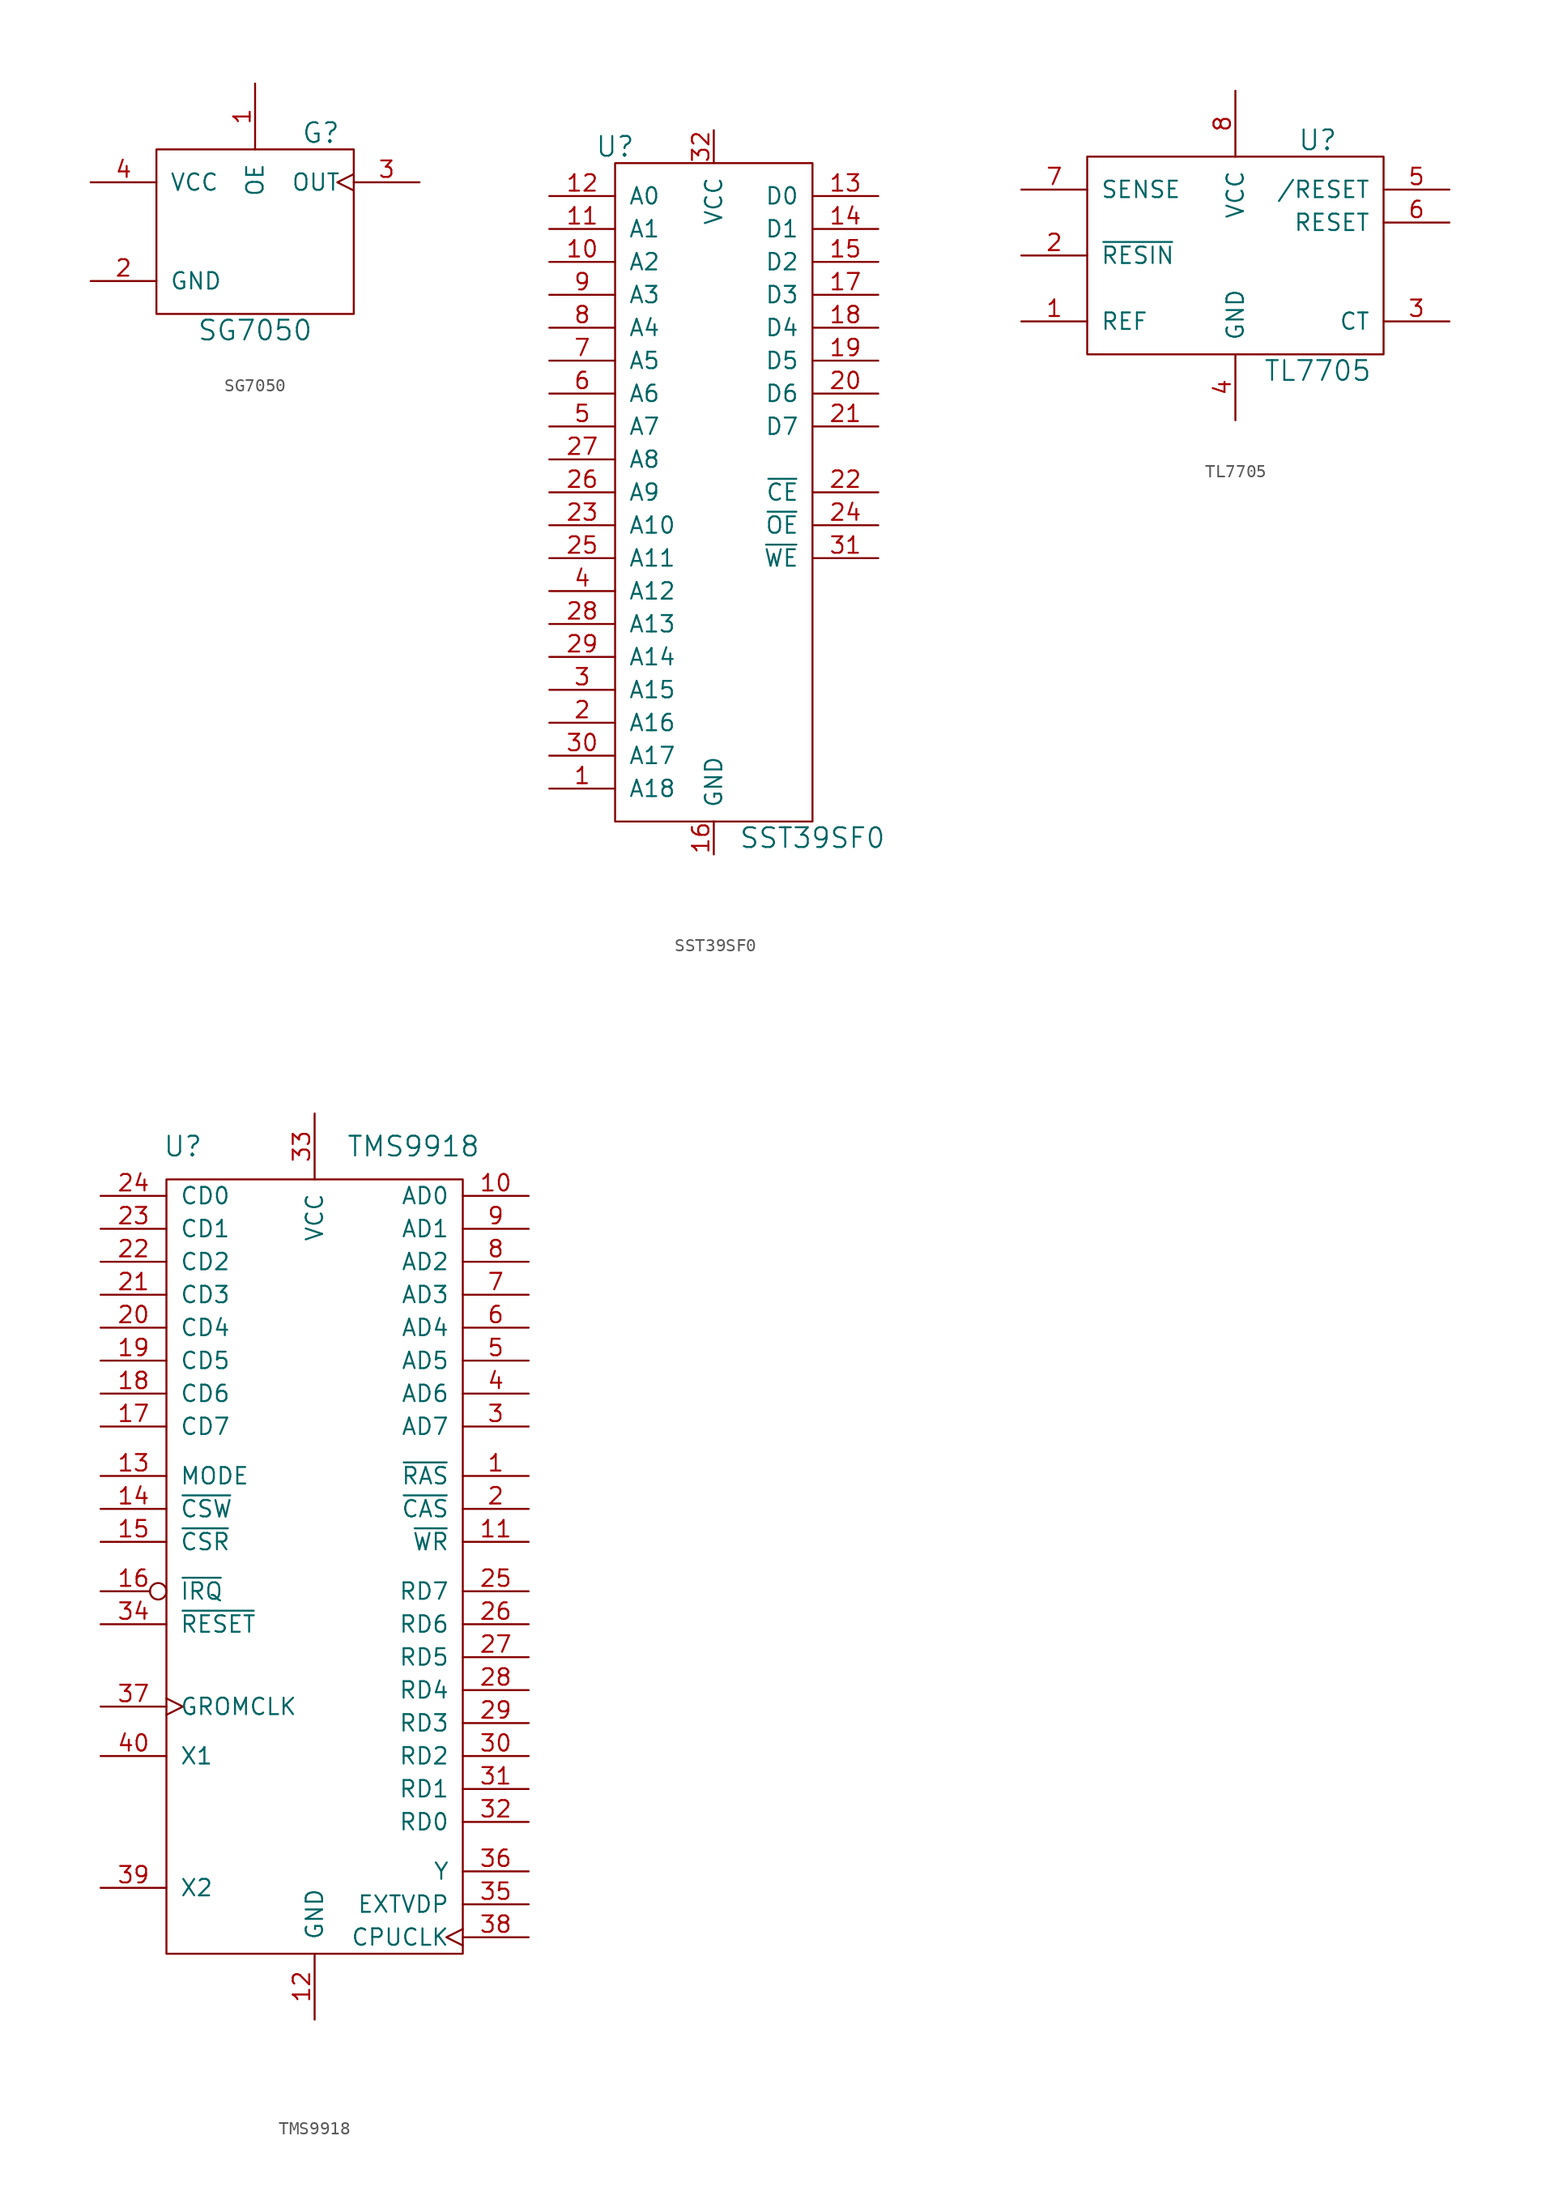
<source format=kicad_sym>
(kicad_symbol_lib
  (version 20211014)
  (generator kicad_symbol_editor)
  (symbol "SG7050"
    (pin_names
      (offset 1.016))
    (property "Reference" "G"
      (at 5.08 7.62 0)
      (effects (font (size 1.524 1.524))))
    (property "Value" "SG7050"
      (at 0 -7.62 0)
      (effects (font (size 1.524 1.524))))
    (symbol "SG7050_0_1"
      (rectangle (start -7.62 -6.35) (end 7.62 6.35) (stroke (width 0) (type default) (color 0 0 0 0)) (fill (type none))))
    (symbol "SG7050_1_1"
      (pin input line (at 0 11.43 270) (length 5.08) (name "OE" (effects (font (size 1.27 1.27)))) (number "1" (effects (font (size 1.27 1.27)))))
      (pin power_in line (at -12.7 -3.81 0) (length 5.08) (name "GND" (effects (font (size 1.27 1.27)))) (number "2" (effects (font (size 1.27 1.27)))))
      (pin output clock (at 12.7 3.81 180) (length 5.08) (name "OUT" (effects (font (size 1.27 1.27)))) (number "3" (effects (font (size 1.27 1.27)))))
      (pin power_in line (at -12.7 3.81 0) (length 5.08) (name "VCC" (effects (font (size 1.27 1.27)))) (number "4" (effects (font (size 1.27 1.27)))))))
  (symbol "SST39SF0"
    (pin_names
      (offset 1.016))
    (property "Reference" "U"
      (at -7.62 21.59 0)
      (effects (font (size 1.524 1.524))))
    (property "Value" "SST39SF0"
      (at 7.62 -31.75 0)
      (effects (font (size 1.524 1.524))))
    (symbol "SST39SF0_0_1"
      (rectangle (start -7.62 20.32) (end 7.62 -30.48) (stroke (width 0) (type default) (color 0 0 0 0)) (fill (type none))))
    (symbol "SST39SF0_1_1"
      (pin input line (at -12.7 -27.94 0) (length 5.08) (name "A18" (effects (font (size 1.27 1.27)))) (number "1" (effects (font (size 1.27 1.27)))))
      (pin input line (at -12.7 12.7 0) (length 5.08) (name "A2" (effects (font (size 1.27 1.27)))) (number "10" (effects (font (size 1.27 1.27)))))
      (pin input line (at -12.7 15.24 0) (length 5.08) (name "A1" (effects (font (size 1.27 1.27)))) (number "11" (effects (font (size 1.27 1.27)))))
      (pin input line (at -12.7 17.78 0) (length 5.08) (name "A0" (effects (font (size 1.27 1.27)))) (number "12" (effects (font (size 1.27 1.27)))))
      (pin output line (at 12.7 17.78 180) (length 5.08) (name "D0" (effects (font (size 1.27 1.27)))) (number "13" (effects (font (size 1.27 1.27)))))
      (pin output line (at 12.7 15.24 180) (length 5.08) (name "D1" (effects (font (size 1.27 1.27)))) (number "14" (effects (font (size 1.27 1.27)))))
      (pin output line (at 12.7 12.7 180) (length 5.08) (name "D2" (effects (font (size 1.27 1.27)))) (number "15" (effects (font (size 1.27 1.27)))))
      (pin power_in line (at 0 -33.02 90) (length 2.54) (name "GND" (effects (font (size 1.27 1.27)))) (number "16" (effects (font (size 1.27 1.27)))))
      (pin output line (at 12.7 10.16 180) (length 5.08) (name "D3" (effects (font (size 1.27 1.27)))) (number "17" (effects (font (size 1.27 1.27)))))
      (pin output line (at 12.7 7.62 180) (length 5.08) (name "D4" (effects (font (size 1.27 1.27)))) (number "18" (effects (font (size 1.27 1.27)))))
      (pin output line (at 12.7 5.08 180) (length 5.08) (name "D5" (effects (font (size 1.27 1.27)))) (number "19" (effects (font (size 1.27 1.27)))))
      (pin input line (at -12.7 -22.86 0) (length 5.08) (name "A16" (effects (font (size 1.27 1.27)))) (number "2" (effects (font (size 1.27 1.27)))))
      (pin output line (at 12.7 2.54 180) (length 5.08) (name "D6" (effects (font (size 1.27 1.27)))) (number "20" (effects (font (size 1.27 1.27)))))
      (pin output line (at 12.7 0 180) (length 5.08) (name "D7" (effects (font (size 1.27 1.27)))) (number "21" (effects (font (size 1.27 1.27)))))
      (pin input line (at 12.7 -5.08 180) (length 5.08) (name "~{CE}" (effects (font (size 1.27 1.27)))) (number "22" (effects (font (size 1.27 1.27)))))
      (pin input line (at -12.7 -7.62 0) (length 5.08) (name "A10" (effects (font (size 1.27 1.27)))) (number "23" (effects (font (size 1.27 1.27)))))
      (pin input line (at 12.7 -7.62 180) (length 5.08) (name "~{OE}" (effects (font (size 1.27 1.27)))) (number "24" (effects (font (size 1.27 1.27)))))
      (pin input line (at -12.7 -10.16 0) (length 5.08) (name "A11" (effects (font (size 1.27 1.27)))) (number "25" (effects (font (size 1.27 1.27)))))
      (pin input line (at -12.7 -5.08 0) (length 5.08) (name "A9" (effects (font (size 1.27 1.27)))) (number "26" (effects (font (size 1.27 1.27)))))
      (pin input line (at -12.7 -2.54 0) (length 5.08) (name "A8" (effects (font (size 1.27 1.27)))) (number "27" (effects (font (size 1.27 1.27)))))
      (pin input line (at -12.7 -15.24 0) (length 5.08) (name "A13" (effects (font (size 1.27 1.27)))) (number "28" (effects (font (size 1.27 1.27)))))
      (pin input line (at -12.7 -17.78 0) (length 5.08) (name "A14" (effects (font (size 1.27 1.27)))) (number "29" (effects (font (size 1.27 1.27)))))
      (pin input line (at -12.7 -20.32 0) (length 5.08) (name "A15" (effects (font (size 1.27 1.27)))) (number "3" (effects (font (size 1.27 1.27)))))
      (pin input line (at -12.7 -25.4 0) (length 5.08) (name "A17" (effects (font (size 1.27 1.27)))) (number "30" (effects (font (size 1.27 1.27)))))
      (pin input line (at 12.7 -10.16 180) (length 5.08) (name "~{WE}" (effects (font (size 1.27 1.27)))) (number "31" (effects (font (size 1.27 1.27)))))
      (pin power_in line (at 0 22.86 270) (length 2.54) (name "VCC" (effects (font (size 1.27 1.27)))) (number "32" (effects (font (size 1.27 1.27)))))
      (pin input line (at -12.7 -12.7 0) (length 5.08) (name "A12" (effects (font (size 1.27 1.27)))) (number "4" (effects (font (size 1.27 1.27)))))
      (pin input line (at -12.7 0 0) (length 5.08) (name "A7" (effects (font (size 1.27 1.27)))) (number "5" (effects (font (size 1.27 1.27)))))
      (pin input line (at -12.7 2.54 0) (length 5.08) (name "A6" (effects (font (size 1.27 1.27)))) (number "6" (effects (font (size 1.27 1.27)))))
      (pin input line (at -12.7 5.08 0) (length 5.08) (name "A5" (effects (font (size 1.27 1.27)))) (number "7" (effects (font (size 1.27 1.27)))))
      (pin input line (at -12.7 7.62 0) (length 5.08) (name "A4" (effects (font (size 1.27 1.27)))) (number "8" (effects (font (size 1.27 1.27)))))
      (pin input line (at -12.7 10.16 0) (length 5.08) (name "A3" (effects (font (size 1.27 1.27)))) (number "9" (effects (font (size 1.27 1.27)))))))
  (symbol "TL7705"
    (pin_names
      (offset 1.016))
    (property "Reference" "U"
      (at 6.35 8.89 0)
      (effects (font (size 1.524 1.524))))
    (property "Value" "TL7705"
      (at 6.35 -8.89 0)
      (effects (font (size 1.524 1.524))))
    (symbol "TL7705_0_1"
      (rectangle (start -11.43 7.62) (end 11.43 -7.62) (stroke (width 0) (type default) (color 0 0 0 0)) (fill (type none))))
    (symbol "TL7705_1_1"
      (pin input line (at -16.51 -5.08 0) (length 5.08) (name "REF" (effects (font (size 1.27 1.27)))) (number "1" (effects (font (size 1.27 1.27)))))
      (pin input line (at -16.51 0 0) (length 5.08) (name "~{RESIN}" (effects (font (size 1.27 1.27)))) (number "2" (effects (font (size 1.27 1.27)))))
      (pin output line (at 16.51 -5.08 180) (length 5.08) (name "CT" (effects (font (size 1.27 1.27)))) (number "3" (effects (font (size 1.27 1.27)))))
      (pin power_in line (at 0 -12.7 90) (length 5.08) (name "GND" (effects (font (size 1.27 1.27)))) (number "4" (effects (font (size 1.27 1.27)))))
      (pin output line (at 16.51 5.08 180) (length 5.08) (name "/RESET" (effects (font (size 1.27 1.27)))) (number "5" (effects (font (size 1.27 1.27)))))
      (pin output line (at 16.51 2.54 180) (length 5.08) (name "RESET" (effects (font (size 1.27 1.27)))) (number "6" (effects (font (size 1.27 1.27)))))
      (pin input line (at -16.51 5.08 0) (length 5.08) (name "SENSE" (effects (font (size 1.27 1.27)))) (number "7" (effects (font (size 1.27 1.27)))))
      (pin power_in line (at 0 12.7 270) (length 5.08) (name "VCC" (effects (font (size 1.27 1.27)))) (number "8" (effects (font (size 1.27 1.27)))))))
  (symbol "TMS9918"
    (pin_names
      (offset 1.016))
    (property "Reference" "U"
      (at -10.16 35.56 0)
      (effects (font (size 1.524 1.524))))
    (property "Value" "TMS9918"
      (at 7.62 35.56 0)
      (effects (font (size 1.524 1.524))))
    (symbol "TMS9918_0_1"
      (rectangle (start -11.43 33.02) (end 11.43 -26.67) (stroke (width 0) (type default) (color 0 0 0 0)) (fill (type none))))
    (symbol "TMS9918_1_1"
      (pin output line (at 16.51 10.16 180) (length 5.08) (name "~{RAS}" (effects (font (size 1.27 1.27)))) (number "1" (effects (font (size 1.27 1.27)))))
      (pin output line (at 16.51 31.75 180) (length 5.08) (name "AD0" (effects (font (size 1.27 1.27)))) (number "10" (effects (font (size 1.27 1.27)))))
      (pin output line (at 16.51 5.08 180) (length 5.08) (name "~{WR}" (effects (font (size 1.27 1.27)))) (number "11" (effects (font (size 1.27 1.27)))))
      (pin power_in line (at 0 -31.75 90) (length 5.08) (name "GND" (effects (font (size 1.27 1.27)))) (number "12" (effects (font (size 1.27 1.27)))))
      (pin input line (at -16.51 10.16 0) (length 5.08) (name "MODE" (effects (font (size 1.27 1.27)))) (number "13" (effects (font (size 1.27 1.27)))))
      (pin input line (at -16.51 7.62 0) (length 5.08) (name "~{CSW}" (effects (font (size 1.27 1.27)))) (number "14" (effects (font (size 1.27 1.27)))))
      (pin input line (at -16.51 5.08 0) (length 5.08) (name "~{CSR}" (effects (font (size 1.27 1.27)))) (number "15" (effects (font (size 1.27 1.27)))))
      (pin output inverted (at -16.51 1.27 0) (length 5.08) (name "~{IRQ}" (effects (font (size 1.27 1.27)))) (number "16" (effects (font (size 1.27 1.27)))))
      (pin input line (at -16.51 13.97 0) (length 5.08) (name "CD7" (effects (font (size 1.27 1.27)))) (number "17" (effects (font (size 1.27 1.27)))))
      (pin input line (at -16.51 16.51 0) (length 5.08) (name "CD6" (effects (font (size 1.27 1.27)))) (number "18" (effects (font (size 1.27 1.27)))))
      (pin input line (at -16.51 19.05 0) (length 5.08) (name "CD5" (effects (font (size 1.27 1.27)))) (number "19" (effects (font (size 1.27 1.27)))))
      (pin output line (at 16.51 7.62 180) (length 5.08) (name "~{CAS}" (effects (font (size 1.27 1.27)))) (number "2" (effects (font (size 1.27 1.27)))))
      (pin input line (at -16.51 21.59 0) (length 5.08) (name "CD4" (effects (font (size 1.27 1.27)))) (number "20" (effects (font (size 1.27 1.27)))))
      (pin input line (at -16.51 24.13 0) (length 5.08) (name "CD3" (effects (font (size 1.27 1.27)))) (number "21" (effects (font (size 1.27 1.27)))))
      (pin input line (at -16.51 26.67 0) (length 5.08) (name "CD2" (effects (font (size 1.27 1.27)))) (number "22" (effects (font (size 1.27 1.27)))))
      (pin input line (at -16.51 29.21 0) (length 5.08) (name "CD1" (effects (font (size 1.27 1.27)))) (number "23" (effects (font (size 1.27 1.27)))))
      (pin input line (at -16.51 31.75 0) (length 5.08) (name "CD0" (effects (font (size 1.27 1.27)))) (number "24" (effects (font (size 1.27 1.27)))))
      (pin input line (at 16.51 1.27 180) (length 5.08) (name "RD7" (effects (font (size 1.27 1.27)))) (number "25" (effects (font (size 1.27 1.27)))))
      (pin input line (at 16.51 -1.27 180) (length 5.08) (name "RD6" (effects (font (size 1.27 1.27)))) (number "26" (effects (font (size 1.27 1.27)))))
      (pin input line (at 16.51 -3.81 180) (length 5.08) (name "RD5" (effects (font (size 1.27 1.27)))) (number "27" (effects (font (size 1.27 1.27)))))
      (pin input line (at 16.51 -6.35 180) (length 5.08) (name "RD4" (effects (font (size 1.27 1.27)))) (number "28" (effects (font (size 1.27 1.27)))))
      (pin input line (at 16.51 -8.89 180) (length 5.08) (name "RD3" (effects (font (size 1.27 1.27)))) (number "29" (effects (font (size 1.27 1.27)))))
      (pin output line (at 16.51 13.97 180) (length 5.08) (name "AD7" (effects (font (size 1.27 1.27)))) (number "3" (effects (font (size 1.27 1.27)))))
      (pin input line (at 16.51 -11.43 180) (length 5.08) (name "RD2" (effects (font (size 1.27 1.27)))) (number "30" (effects (font (size 1.27 1.27)))))
      (pin input line (at 16.51 -13.97 180) (length 5.08) (name "RD1" (effects (font (size 1.27 1.27)))) (number "31" (effects (font (size 1.27 1.27)))))
      (pin input line (at 16.51 -16.51 180) (length 5.08) (name "RD0" (effects (font (size 1.27 1.27)))) (number "32" (effects (font (size 1.27 1.27)))))
      (pin power_in line (at 0 38.1 270) (length 5.08) (name "VCC" (effects (font (size 1.27 1.27)))) (number "33" (effects (font (size 1.27 1.27)))))
      (pin input line (at -16.51 -1.27 0) (length 5.08) (name "~{RESET}" (effects (font (size 1.27 1.27)))) (number "34" (effects (font (size 1.27 1.27)))))
      (pin input line (at 16.51 -22.86 180) (length 5.08) (name "EXTVDP" (effects (font (size 1.27 1.27)))) (number "35" (effects (font (size 1.27 1.27)))))
      (pin output line (at 16.51 -20.32 180) (length 5.08) (name "Y" (effects (font (size 1.27 1.27)))) (number "36" (effects (font (size 1.27 1.27)))))
      (pin output clock (at -16.51 -7.62 0) (length 5.08) (name "GROMCLK" (effects (font (size 1.27 1.27)))) (number "37" (effects (font (size 1.27 1.27)))))
      (pin output clock (at 16.51 -25.4 180) (length 5.08) (name "CPUCLK" (effects (font (size 1.27 1.27)))) (number "38" (effects (font (size 1.27 1.27)))))
      (pin input line (at -16.51 -21.59 0) (length 5.08) (name "X2" (effects (font (size 1.27 1.27)))) (number "39" (effects (font (size 1.27 1.27)))))
      (pin output line (at 16.51 16.51 180) (length 5.08) (name "AD6" (effects (font (size 1.27 1.27)))) (number "4" (effects (font (size 1.27 1.27)))))
      (pin input line (at -16.51 -11.43 0) (length 5.08) (name "X1" (effects (font (size 1.27 1.27)))) (number "40" (effects (font (size 1.27 1.27)))))
      (pin output line (at 16.51 19.05 180) (length 5.08) (name "AD5" (effects (font (size 1.27 1.27)))) (number "5" (effects (font (size 1.27 1.27)))))
      (pin output line (at 16.51 21.59 180) (length 5.08) (name "AD4" (effects (font (size 1.27 1.27)))) (number "6" (effects (font (size 1.27 1.27)))))
      (pin output line (at 16.51 24.13 180) (length 5.08) (name "AD3" (effects (font (size 1.27 1.27)))) (number "7" (effects (font (size 1.27 1.27)))))
      (pin output line (at 16.51 26.67 180) (length 5.08) (name "AD2" (effects (font (size 1.27 1.27)))) (number "8" (effects (font (size 1.27 1.27)))))
      (pin output line (at 16.51 29.21 180) (length 5.08) (name "AD1" (effects (font (size 1.27 1.27)))) (number "9" (effects (font (size 1.27 1.27))))))))
</source>
